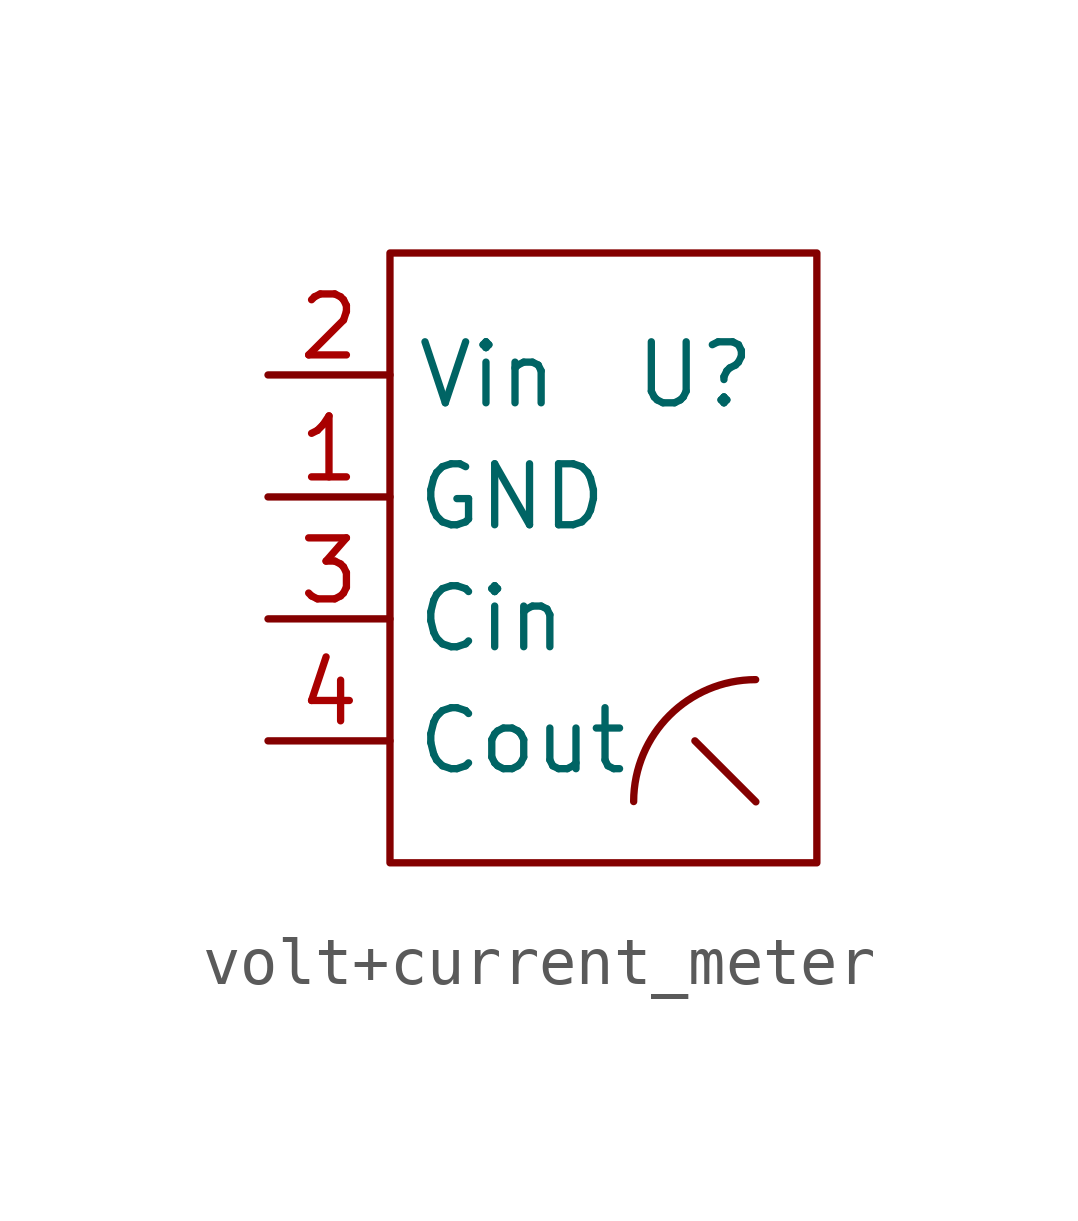
<source format=kicad_sym>
(kicad_symbol_lib
  (version 20220914)
  (generator kicad_symbol_editor)
  (symbol "volt+current_meter"
    (property "Reference" "U"
      (at 2.54 3.81 0)
      (effects (font (size 1.27 1.27))))
    (property "Value" ""
      (at 5.08 0 0)
      (effects (font (size 1.27 1.27))))
    (symbol "volt+current_meter_0_1"
      (rectangle (start -3.81 6.35) (end 5.08 -6.35) (stroke (width 0) (type default)) (fill (type none)))
      (polyline (pts (xy 3.81 -5.08) (xy 2.54 -3.81)) (stroke (width 0) (type default)) (fill (type none)))
      (arc (start 3.8054 -2.5346) (mid 2.0107 -3.2796) (end 1.2646 -5.0738) (stroke (width 0) (type default)) (fill (type none))))
    (symbol "volt+current_meter_1_1"
      (pin input line (at -6.35 1.27 0) (length 2.54) (name "GND" (effects (font (size 1.27 1.27)))) (number "1" (effects (font (size 1.27 1.27)))))
      (pin input line (at -6.35 3.81 0) (length 2.54) (name "Vin" (effects (font (size 1.27 1.27)))) (number "2" (effects (font (size 1.27 1.27)))))
      (pin input line (at -6.35 -1.27 0) (length 2.54) (name "Cin" (effects (font (size 1.27 1.27)))) (number "3" (effects (font (size 1.27 1.27)))))
      (pin input line (at -6.35 -3.81 0) (length 2.54) (name "Cout" (effects (font (size 1.27 1.27)))) (number "4" (effects (font (size 1.27 1.27))))))))
</source>
